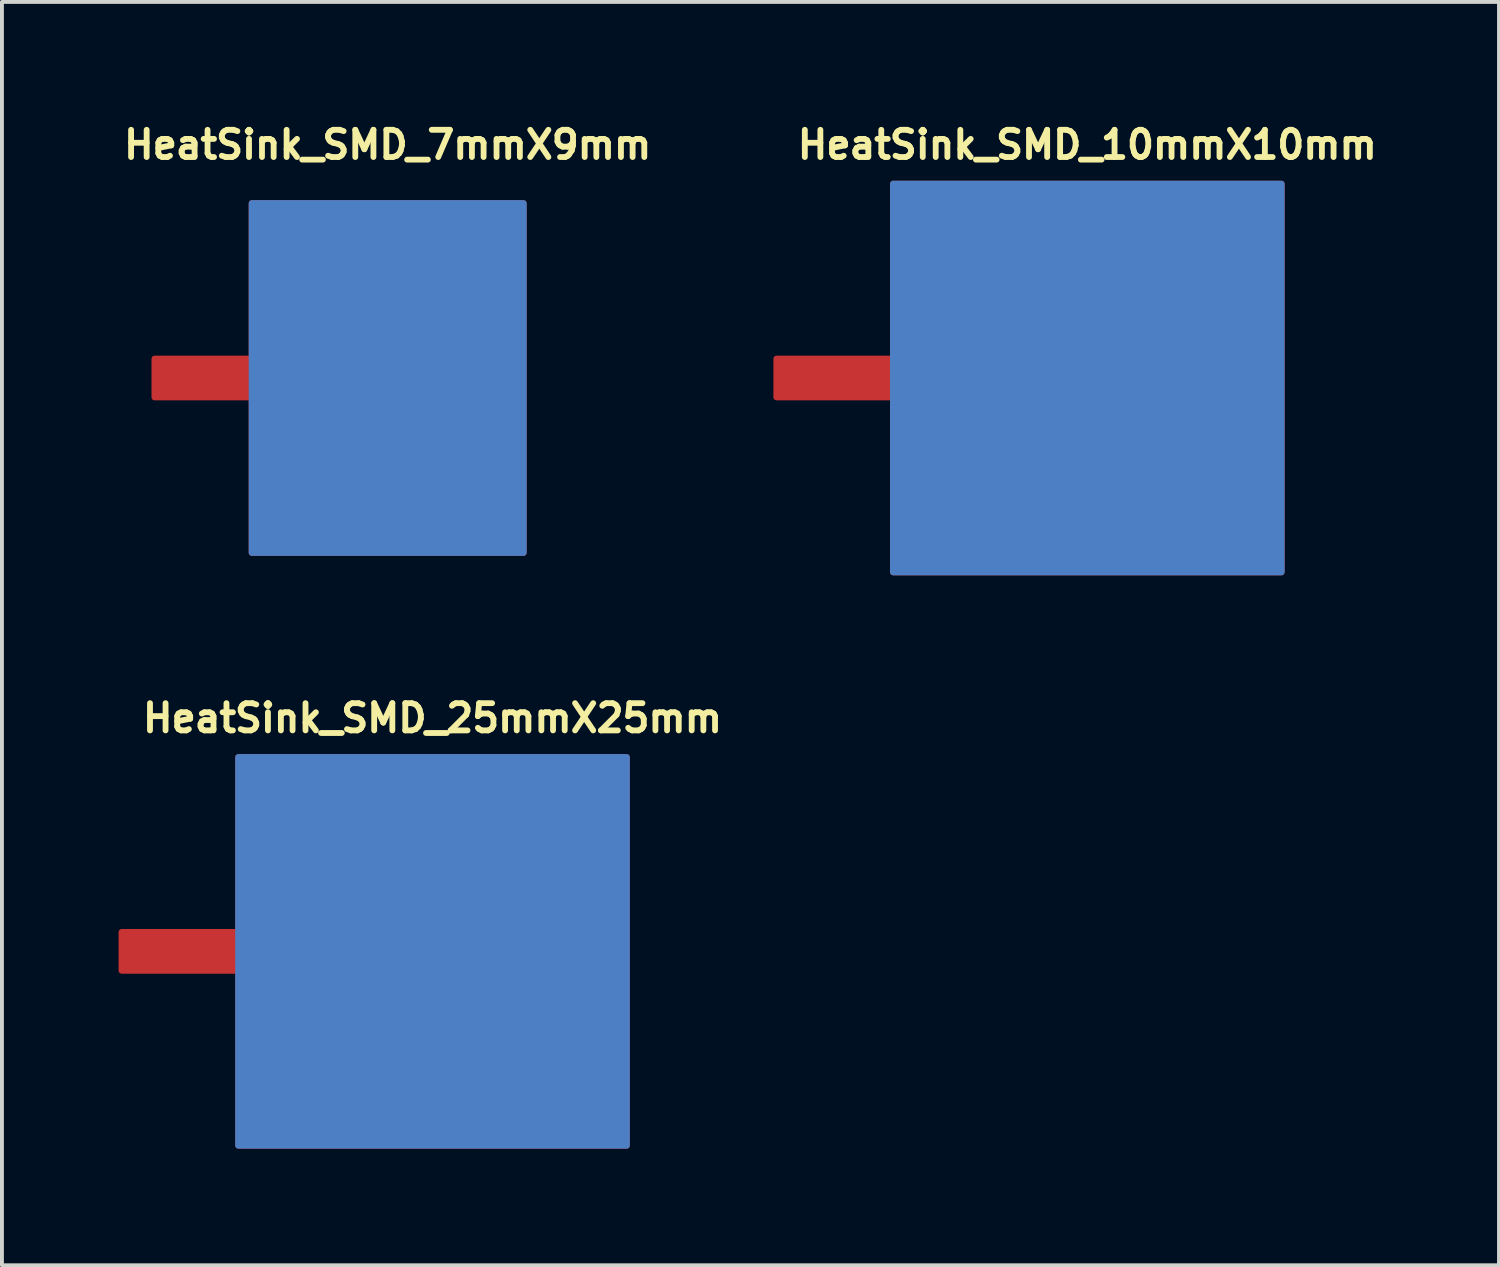
<source format=kicad_pcb>
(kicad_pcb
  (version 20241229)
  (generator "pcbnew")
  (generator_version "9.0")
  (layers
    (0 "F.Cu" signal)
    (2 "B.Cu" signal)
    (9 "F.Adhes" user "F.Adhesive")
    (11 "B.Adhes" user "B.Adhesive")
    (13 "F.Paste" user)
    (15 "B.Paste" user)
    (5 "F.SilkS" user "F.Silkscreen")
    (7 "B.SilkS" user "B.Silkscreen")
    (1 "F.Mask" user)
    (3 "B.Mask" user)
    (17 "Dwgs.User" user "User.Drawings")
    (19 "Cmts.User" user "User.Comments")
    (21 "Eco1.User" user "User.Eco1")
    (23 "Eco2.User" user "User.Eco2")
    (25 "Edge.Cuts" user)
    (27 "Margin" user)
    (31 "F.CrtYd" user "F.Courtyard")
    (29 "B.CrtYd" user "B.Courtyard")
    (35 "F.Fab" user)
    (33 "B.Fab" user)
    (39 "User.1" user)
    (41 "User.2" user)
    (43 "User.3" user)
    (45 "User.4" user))
  (footprint "HeatSink_SMD_10mmX10mm"
    (layer "F.Cu")
    (at 24.918 6.673)
    (property "Reference" "HeatSink_SMD_10mmX10mm" (at 0 -6 0) (layer "F.SilkS") (effects (font (size 0.7 0.7) (thickness 0.15))))
    (attr through_hole)
    (pad "1" smd custom (at -0.902 -0.564) (size 0.2 0.2) (layers "F.Cu" "F.Mask" "F.Paste") (options (anchor circle)) (primitives (gr_poly (pts (xy -4.098 -4.436) (xy -4.098 0.064) (xy -7.098 0.064) (xy -7.098 1.064) (xy -4.098 1.064) (xy -4.098 5.564) (xy 5.902 5.564) (xy 5.902 -4.436)) (width 0.15) (fill yes))))
    (pad "1" smd custom (at 0.564 -0.564) (size 0.2 0.2) (layers "B.Cu" "B.Mask" "B.Paste") (options (anchor circle)) (primitives (gr_poly (pts (xy -5.564 -4.436) (xy -5.564 5.564) (xy 4.436 5.564) (xy 4.436 -4.436)) (width 0.15) (fill yes)))))
  (footprint "HeatSink_SMD_25mmX25mm"
    (layer "F.Cu")
    (at 8.075 21.421)
    (property "Reference" "HeatSink_SMD_25mmX25mm" (at 0 -6 0) (layer "F.SilkS") (effects (font (size 0.7 0.7) (thickness 0.15))))
    (attr through_hole)
    (pad "1" smd custom (at -0.902 -0.564) (size 0.2 0.2) (layers "F.Cu" "F.Mask" "F.Paste") (options (anchor circle)) (primitives (gr_poly (pts (xy -4.098 -4.436) (xy -4.098 0.064) (xy -7.098 0.064) (xy -7.098 1.064) (xy -4.098 1.064) (xy -4.098 5.564) (xy 5.902 5.564) (xy 5.902 -4.436)) (width 0.15) (fill yes))))
    (pad "1" smd custom (at 0.564 -0.564) (size 0.2 0.2) (layers "B.Cu" "B.Mask" "B.Paste") (options (anchor circle)) (primitives (gr_poly (pts (xy -5.564 -4.436) (xy -5.564 5.564) (xy 4.436 5.564) (xy 4.436 -4.436)) (width 0.15) (fill yes)))))
  (footprint "HeatSink_SMD_7mmX9mm"
    (layer "F.Cu")
    (at 6.922 6.673)
    (property "Reference" "HeatSink_SMD_7mmX9mm" (at 0 -6 0) (layer "F.SilkS") (effects (font (size 0.7 0.7) (thickness 0.15))))
    (attr through_hole)
    (pad "1" smd custom (at -0.714 0.508) (size 0.2 0.2) (layers "F.Cu" "F.Mask" "F.Paste") (options (anchor circle)) (primitives (gr_poly (pts (xy -2.786 -5.008) (xy -2.786 -1.008) (xy -5.286 -1.008) (xy -5.286 -0.008) (xy -2.786 -0.008) (xy -2.786 3.992) (xy 4.214 3.992) (xy 4.214 -5.008)) (width 0.15) (fill yes))))
    (pad "1" smd custom (at 0.397 -0.416) (size 0.2 0.2) (layers "B.Cu" "B.Mask" "B.Paste") (options (anchor circle)) (primitives (gr_poly (pts (xy -3.897 -4.084) (xy -3.897 4.916) (xy 3.103 4.916) (xy 3.103 -4.084)) (width 0.15) (fill yes)))))
  (gr_rect
    (start -3 -3)
    (end 35.507 29.495)
    (stroke (width 0.1) (type default))
    (fill no)
    (layer "Edge.Cuts")))
</source>
